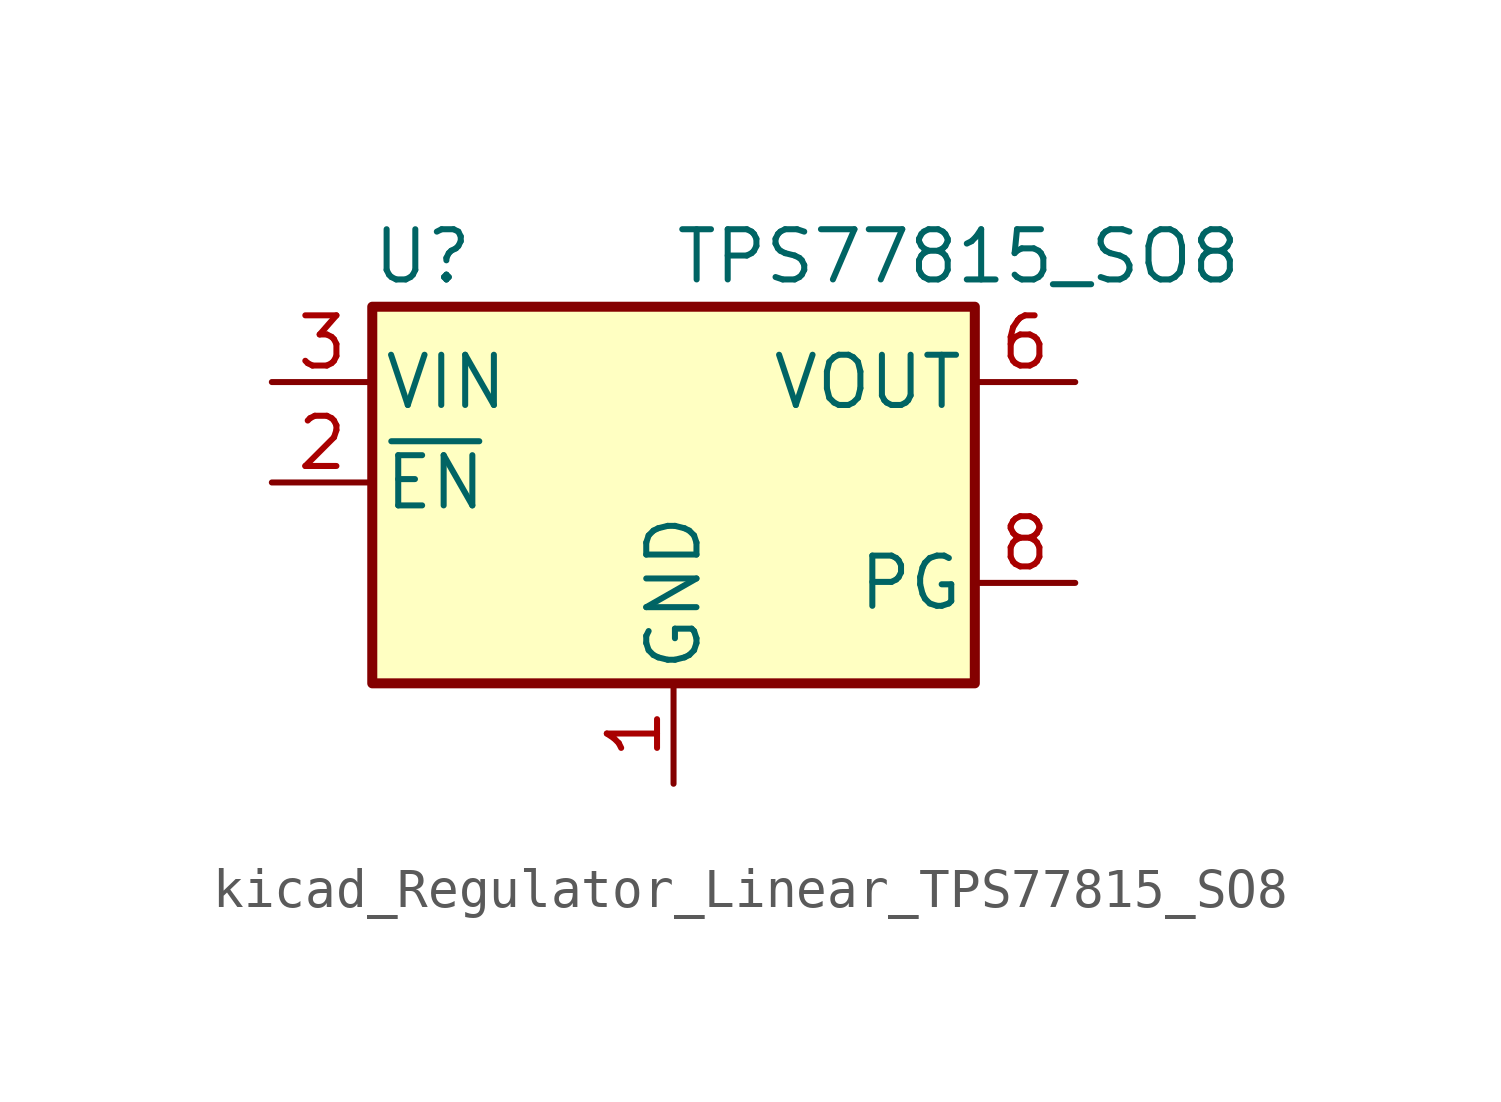
<source format=kicad_sym>
(kicad_symbol_lib
  (version 20220914)
  (generator kicad_symbol_editor)
  (symbol "kicad_Regulator_Linear_TPS77815_SO8"
    (pin_names
      (offset 0.254))
    (property "Reference" "U"
      (at -6.35 5.715 0)
      (effects (font (size 1.27 1.27))))
    (property "Value" "TPS77815_SO8"
      (at 0 5.715 0)
      (effects (font (size 1.27 1.27)) (justify left)))
    (symbol "kicad_Regulator_Linear_TPS77815_SO8_0_1"
      (rectangle (start -7.62 4.445) (end 7.62 -5.08) (stroke (width 0.254) (type default)) (fill (type background))))
    (symbol "kicad_Regulator_Linear_TPS77815_SO8_1_1"
      (pin power_in line (at 0 -7.62 90) (length 2.54) (name "GND" (effects (font (size 1.27 1.27)))) (number "1" (effects (font (size 1.27 1.27)))))
      (pin input line (at -10.16 0 0) (length 2.54) (name "~{EN}" (effects (font (size 1.27 1.27)))) (number "2" (effects (font (size 1.27 1.27)))))
      (pin power_in line (at -10.16 2.54 0) (length 2.54) (name "VIN" (effects (font (size 1.27 1.27)))) (number "3" (effects (font (size 1.27 1.27)))))
      (pin passive line (at -10.16 2.54 0) (length 2.54) hide (name "VIN" (effects (font (size 1.27 1.27)))) (number "4" (effects (font (size 1.27 1.27)))))
      (pin passive line (at 10.16 2.54 180) (length 2.54) hide (name "VOUT" (effects (font (size 1.27 1.27)))) (number "5" (effects (font (size 1.27 1.27)))))
      (pin power_out line (at 10.16 2.54 180) (length 2.54) (name "VOUT" (effects (font (size 1.27 1.27)))) (number "6" (effects (font (size 1.27 1.27)))))
      (pin no_connect line (at 7.62 0 180) (length 2.54) hide (name "NC" (effects (font (size 1.27 1.27)))) (number "7" (effects (font (size 1.27 1.27)))))
      (pin open_collector line (at 10.16 -2.54 180) (length 2.54) (name "PG" (effects (font (size 1.27 1.27)))) (number "8" (effects (font (size 1.27 1.27))))))))
</source>
